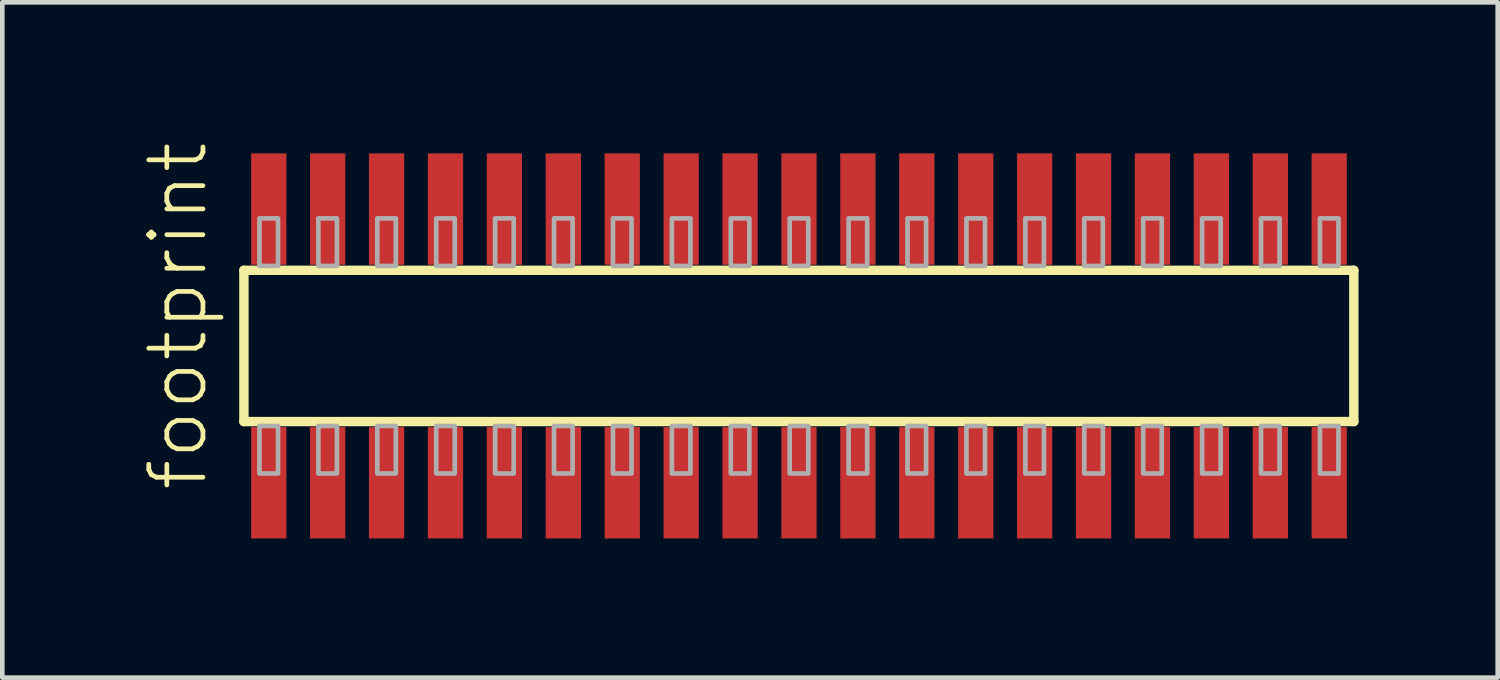
<source format=kicad_pcb>
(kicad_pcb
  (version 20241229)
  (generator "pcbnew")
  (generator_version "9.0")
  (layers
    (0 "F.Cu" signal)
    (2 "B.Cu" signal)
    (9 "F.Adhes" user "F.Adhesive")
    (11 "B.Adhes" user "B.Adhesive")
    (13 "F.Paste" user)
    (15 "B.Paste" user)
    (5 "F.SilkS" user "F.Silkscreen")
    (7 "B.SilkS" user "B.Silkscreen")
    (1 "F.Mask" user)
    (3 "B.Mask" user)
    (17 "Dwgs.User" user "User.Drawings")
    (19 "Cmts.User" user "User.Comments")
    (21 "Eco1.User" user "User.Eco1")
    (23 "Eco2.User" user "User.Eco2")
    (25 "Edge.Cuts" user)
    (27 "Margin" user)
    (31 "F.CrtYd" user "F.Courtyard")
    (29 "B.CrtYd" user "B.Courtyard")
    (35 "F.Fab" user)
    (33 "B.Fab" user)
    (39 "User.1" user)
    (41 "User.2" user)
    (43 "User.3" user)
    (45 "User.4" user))
  (footprint "footprint"
    (layer "F.Cu")
    (at 14.173 4.407)
    (property "Reference" "footprint" (at -12.7 3.175 90) (layer "F.SilkS") (effects (font (size 1.168 1.168) (thickness 0.102)) (justify left bottom)))
    (fp_line (start -11.965 -1.63) (end 11.96 -1.63) (stroke (width 0.203) (type solid)) (layer "F.SilkS"))
    (fp_line (start -11.965 1.63) (end -11.965 -1.63) (stroke (width 0.203) (type solid)) (layer "F.SilkS"))
    (fp_line (start 11.96 -1.63) (end 11.96 1.63) (stroke (width 0.203) (type solid)) (layer "F.SilkS"))
    (fp_line (start 11.96 1.63) (end -11.965 1.63) (stroke (width 0.203) (type solid)) (layer "F.SilkS"))
    (fp_poly (pts (xy -11.63 -1.725) (xy -11.23 -1.725) (xy -11.23 -2.75) (xy -11.63 -2.75)) (stroke (width 0.1) (type solid)) (fill no) (layer "F.Fab"))
    (fp_poly (pts (xy -11.23 1.725) (xy -11.63 1.725) (xy -11.63 2.75) (xy -11.23 2.75)) (stroke (width 0.1) (type solid)) (fill no) (layer "F.Fab"))
    (fp_poly (pts (xy -10.36 -1.725) (xy -9.96 -1.725) (xy -9.96 -2.75) (xy -10.36 -2.75)) (stroke (width 0.1) (type solid)) (fill no) (layer "F.Fab"))
    (fp_poly (pts (xy -9.96 1.725) (xy -10.36 1.725) (xy -10.36 2.75) (xy -9.96 2.75)) (stroke (width 0.1) (type solid)) (fill no) (layer "F.Fab"))
    (fp_poly (pts (xy -9.09 -1.725) (xy -8.69 -1.725) (xy -8.69 -2.75) (xy -9.09 -2.75)) (stroke (width 0.1) (type solid)) (fill no) (layer "F.Fab"))
    (fp_poly (pts (xy -8.69 1.725) (xy -9.09 1.725) (xy -9.09 2.75) (xy -8.69 2.75)) (stroke (width 0.1) (type solid)) (fill no) (layer "F.Fab"))
    (fp_poly (pts (xy -7.82 -1.725) (xy -7.42 -1.725) (xy -7.42 -2.75) (xy -7.82 -2.75)) (stroke (width 0.1) (type solid)) (fill no) (layer "F.Fab"))
    (fp_poly (pts (xy -7.42 1.725) (xy -7.82 1.725) (xy -7.82 2.75) (xy -7.42 2.75)) (stroke (width 0.1) (type solid)) (fill no) (layer "F.Fab"))
    (fp_poly (pts (xy -6.55 -1.725) (xy -6.15 -1.725) (xy -6.15 -2.75) (xy -6.55 -2.75)) (stroke (width 0.1) (type solid)) (fill no) (layer "F.Fab"))
    (fp_poly (pts (xy -6.15 1.725) (xy -6.55 1.725) (xy -6.55 2.75) (xy -6.15 2.75)) (stroke (width 0.1) (type solid)) (fill no) (layer "F.Fab"))
    (fp_poly (pts (xy -5.28 -1.725) (xy -4.88 -1.725) (xy -4.88 -2.75) (xy -5.28 -2.75)) (stroke (width 0.1) (type solid)) (fill no) (layer "F.Fab"))
    (fp_poly (pts (xy -4.88 1.725) (xy -5.28 1.725) (xy -5.28 2.75) (xy -4.88 2.75)) (stroke (width 0.1) (type solid)) (fill no) (layer "F.Fab"))
    (fp_poly (pts (xy -4.01 -1.725) (xy -3.61 -1.725) (xy -3.61 -2.75) (xy -4.01 -2.75)) (stroke (width 0.1) (type solid)) (fill no) (layer "F.Fab"))
    (fp_poly (pts (xy -3.61 1.725) (xy -4.01 1.725) (xy -4.01 2.75) (xy -3.61 2.75)) (stroke (width 0.1) (type solid)) (fill no) (layer "F.Fab"))
    (fp_poly (pts (xy -2.74 -1.725) (xy -2.34 -1.725) (xy -2.34 -2.75) (xy -2.74 -2.75)) (stroke (width 0.1) (type solid)) (fill no) (layer "F.Fab"))
    (fp_poly (pts (xy -2.34 1.725) (xy -2.74 1.725) (xy -2.74 2.75) (xy -2.34 2.75)) (stroke (width 0.1) (type solid)) (fill no) (layer "F.Fab"))
    (fp_poly (pts (xy -1.47 -1.725) (xy -1.07 -1.725) (xy -1.07 -2.75) (xy -1.47 -2.75)) (stroke (width 0.1) (type solid)) (fill no) (layer "F.Fab"))
    (fp_poly (pts (xy -1.07 1.725) (xy -1.47 1.725) (xy -1.47 2.75) (xy -1.07 2.75)) (stroke (width 0.1) (type solid)) (fill no) (layer "F.Fab"))
    (fp_poly (pts (xy -0.2 -1.725) (xy 0.2 -1.725) (xy 0.2 -2.75) (xy -0.2 -2.75)) (stroke (width 0.1) (type solid)) (fill no) (layer "F.Fab"))
    (fp_poly (pts (xy 0.2 1.725) (xy -0.2 1.725) (xy -0.2 2.75) (xy 0.2 2.75)) (stroke (width 0.1) (type solid)) (fill no) (layer "F.Fab"))
    (fp_poly (pts (xy 1.07 -1.725) (xy 1.47 -1.725) (xy 1.47 -2.75) (xy 1.07 -2.75)) (stroke (width 0.1) (type solid)) (fill no) (layer "F.Fab"))
    (fp_poly (pts (xy 1.47 1.725) (xy 1.07 1.725) (xy 1.07 2.75) (xy 1.47 2.75)) (stroke (width 0.1) (type solid)) (fill no) (layer "F.Fab"))
    (fp_poly (pts (xy 2.34 -1.725) (xy 2.74 -1.725) (xy 2.74 -2.75) (xy 2.34 -2.75)) (stroke (width 0.1) (type solid)) (fill no) (layer "F.Fab"))
    (fp_poly (pts (xy 2.74 1.725) (xy 2.34 1.725) (xy 2.34 2.75) (xy 2.74 2.75)) (stroke (width 0.1) (type solid)) (fill no) (layer "F.Fab"))
    (fp_poly (pts (xy 3.61 -1.725) (xy 4.01 -1.725) (xy 4.01 -2.75) (xy 3.61 -2.75)) (stroke (width 0.1) (type solid)) (fill no) (layer "F.Fab"))
    (fp_poly (pts (xy 4.01 1.725) (xy 3.61 1.725) (xy 3.61 2.75) (xy 4.01 2.75)) (stroke (width 0.1) (type solid)) (fill no) (layer "F.Fab"))
    (fp_poly (pts (xy 4.88 -1.725) (xy 5.28 -1.725) (xy 5.28 -2.75) (xy 4.88 -2.75)) (stroke (width 0.1) (type solid)) (fill no) (layer "F.Fab"))
    (fp_poly (pts (xy 5.28 1.725) (xy 4.88 1.725) (xy 4.88 2.75) (xy 5.28 2.75)) (stroke (width 0.1) (type solid)) (fill no) (layer "F.Fab"))
    (fp_poly (pts (xy 6.15 -1.725) (xy 6.55 -1.725) (xy 6.55 -2.75) (xy 6.15 -2.75)) (stroke (width 0.1) (type solid)) (fill no) (layer "F.Fab"))
    (fp_poly (pts (xy 6.55 1.725) (xy 6.15 1.725) (xy 6.15 2.75) (xy 6.55 2.75)) (stroke (width 0.1) (type solid)) (fill no) (layer "F.Fab"))
    (fp_poly (pts (xy 7.42 -1.725) (xy 7.82 -1.725) (xy 7.82 -2.75) (xy 7.42 -2.75)) (stroke (width 0.1) (type solid)) (fill no) (layer "F.Fab"))
    (fp_poly (pts (xy 7.82 1.725) (xy 7.42 1.725) (xy 7.42 2.75) (xy 7.82 2.75)) (stroke (width 0.1) (type solid)) (fill no) (layer "F.Fab"))
    (fp_poly (pts (xy 8.69 -1.725) (xy 9.09 -1.725) (xy 9.09 -2.75) (xy 8.69 -2.75)) (stroke (width 0.1) (type solid)) (fill no) (layer "F.Fab"))
    (fp_poly (pts (xy 9.09 1.725) (xy 8.69 1.725) (xy 8.69 2.75) (xy 9.09 2.75)) (stroke (width 0.1) (type solid)) (fill no) (layer "F.Fab"))
    (fp_poly (pts (xy 9.96 -1.725) (xy 10.36 -1.725) (xy 10.36 -2.75) (xy 9.96 -2.75)) (stroke (width 0.1) (type solid)) (fill no) (layer "F.Fab"))
    (fp_poly (pts (xy 10.36 1.725) (xy 9.96 1.725) (xy 9.96 2.75) (xy 10.36 2.75)) (stroke (width 0.1) (type solid)) (fill no) (layer "F.Fab"))
    (fp_poly (pts (xy 11.23 -1.725) (xy 11.63 -1.725) (xy 11.63 -2.75) (xy 11.23 -2.75)) (stroke (width 0.1) (type solid)) (fill no) (layer "F.Fab"))
    (fp_poly (pts (xy 11.63 1.725) (xy 11.23 1.725) (xy 11.23 2.75) (xy 11.63 2.75)) (stroke (width 0.1) (type solid)) (fill no) (layer "F.Fab"))
    (pad "1" smd rect (at -11.43 2.95) (size 0.76 2.4) (layers "F.Cu" "F.Mask" "F.Paste"))
    (pad "2" smd rect (at -11.43 -2.95) (size 0.76 2.4) (layers "F.Cu" "F.Mask" "F.Paste"))
    (pad "3" smd rect (at -10.16 2.95) (size 0.76 2.4) (layers "F.Cu" "F.Mask" "F.Paste"))
    (pad "4" smd rect (at -10.16 -2.95) (size 0.76 2.4) (layers "F.Cu" "F.Mask" "F.Paste"))
    (pad "5" smd rect (at -8.89 2.95) (size 0.76 2.4) (layers "F.Cu" "F.Mask" "F.Paste"))
    (pad "6" smd rect (at -8.89 -2.95) (size 0.76 2.4) (layers "F.Cu" "F.Mask" "F.Paste"))
    (pad "7" smd rect (at -7.62 2.95) (size 0.76 2.4) (layers "F.Cu" "F.Mask" "F.Paste"))
    (pad "8" smd rect (at -7.62 -2.95) (size 0.76 2.4) (layers "F.Cu" "F.Mask" "F.Paste"))
    (pad "9" smd rect (at -6.35 2.95) (size 0.76 2.4) (layers "F.Cu" "F.Mask" "F.Paste"))
    (pad "10" smd rect (at -6.35 -2.95) (size 0.76 2.4) (layers "F.Cu" "F.Mask" "F.Paste"))
    (pad "11" smd rect (at -5.08 2.95) (size 0.76 2.4) (layers "F.Cu" "F.Mask" "F.Paste"))
    (pad "12" smd rect (at -5.08 -2.95) (size 0.76 2.4) (layers "F.Cu" "F.Mask" "F.Paste"))
    (pad "13" smd rect (at -3.81 2.95) (size 0.76 2.4) (layers "F.Cu" "F.Mask" "F.Paste"))
    (pad "14" smd rect (at -3.81 -2.95) (size 0.76 2.4) (layers "F.Cu" "F.Mask" "F.Paste"))
    (pad "15" smd rect (at -2.54 2.95) (size 0.76 2.4) (layers "F.Cu" "F.Mask" "F.Paste"))
    (pad "16" smd rect (at -2.54 -2.95) (size 0.76 2.4) (layers "F.Cu" "F.Mask" "F.Paste"))
    (pad "17" smd rect (at -1.27 2.95) (size 0.76 2.4) (layers "F.Cu" "F.Mask" "F.Paste"))
    (pad "18" smd rect (at -1.27 -2.95) (size 0.76 2.4) (layers "F.Cu" "F.Mask" "F.Paste"))
    (pad "19" smd rect (at 0 2.95) (size 0.76 2.4) (layers "F.Cu" "F.Mask" "F.Paste"))
    (pad "20" smd rect (at 0 -2.95) (size 0.76 2.4) (layers "F.Cu" "F.Mask" "F.Paste"))
    (pad "21" smd rect (at 1.27 2.95) (size 0.76 2.4) (layers "F.Cu" "F.Mask" "F.Paste"))
    (pad "22" smd rect (at 1.27 -2.95) (size 0.76 2.4) (layers "F.Cu" "F.Mask" "F.Paste"))
    (pad "23" smd rect (at 2.54 2.95) (size 0.76 2.4) (layers "F.Cu" "F.Mask" "F.Paste"))
    (pad "24" smd rect (at 2.54 -2.95) (size 0.76 2.4) (layers "F.Cu" "F.Mask" "F.Paste"))
    (pad "25" smd rect (at 3.81 2.95) (size 0.76 2.4) (layers "F.Cu" "F.Mask" "F.Paste"))
    (pad "26" smd rect (at 3.81 -2.95) (size 0.76 2.4) (layers "F.Cu" "F.Mask" "F.Paste"))
    (pad "27" smd rect (at 5.08 2.95) (size 0.76 2.4) (layers "F.Cu" "F.Mask" "F.Paste"))
    (pad "28" smd rect (at 5.08 -2.95) (size 0.76 2.4) (layers "F.Cu" "F.Mask" "F.Paste"))
    (pad "29" smd rect (at 6.35 2.95) (size 0.76 2.4) (layers "F.Cu" "F.Mask" "F.Paste"))
    (pad "30" smd rect (at 6.35 -2.95) (size 0.76 2.4) (layers "F.Cu" "F.Mask" "F.Paste"))
    (pad "31" smd rect (at 7.62 2.95) (size 0.76 2.4) (layers "F.Cu" "F.Mask" "F.Paste"))
    (pad "32" smd rect (at 7.62 -2.95) (size 0.76 2.4) (layers "F.Cu" "F.Mask" "F.Paste"))
    (pad "33" smd rect (at 8.89 2.95) (size 0.76 2.4) (layers "F.Cu" "F.Mask" "F.Paste"))
    (pad "34" smd rect (at 8.89 -2.95) (size 0.76 2.4) (layers "F.Cu" "F.Mask" "F.Paste"))
    (pad "35" smd rect (at 10.16 2.95) (size 0.76 2.4) (layers "F.Cu" "F.Mask" "F.Paste"))
    (pad "36" smd rect (at 10.16 -2.95) (size 0.76 2.4) (layers "F.Cu" "F.Mask" "F.Paste"))
    (pad "37" smd rect (at 11.43 2.95) (size 0.76 2.4) (layers "F.Cu" "F.Mask" "F.Paste"))
    (pad "38" smd rect (at 11.43 -2.95) (size 0.76 2.4) (layers "F.Cu" "F.Mask" "F.Paste")))
  (gr_rect
    (start -3 -3)
    (end 29.235 11.557)
    (stroke (width 0.1) (type default))
    (fill no)
    (layer "Edge.Cuts")))
</source>
